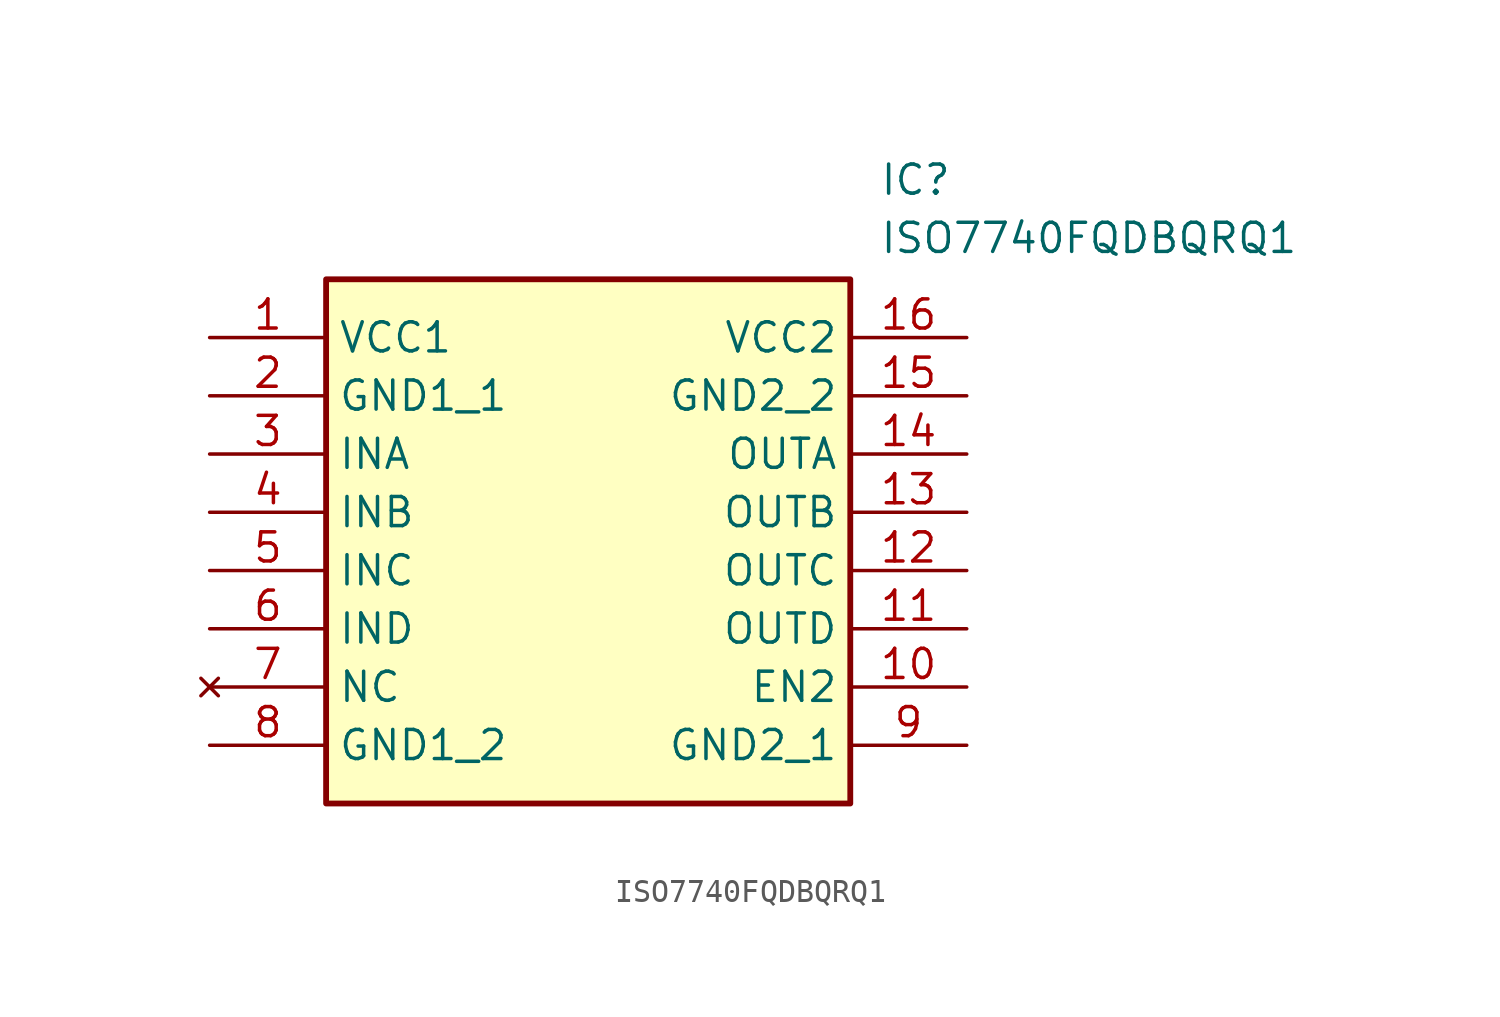
<source format=kicad_sym>
(kicad_symbol_lib
  (version 20211014)
  (generator SamacSys_ECAD_Model)
  (symbol "ISO7740FQDBQRQ1"
    (property "Reference" "IC"
      (at 29.21 7.62 0)
      (effects (font (size 1.27 1.27)) (justify left top)))
    (property "Value" "ISO7740FQDBQRQ1"
      (at 29.21 5.08 0)
      (effects (font (size 1.27 1.27)) (justify left top)))
    (rectangle
      (start 5.08 2.54)
      (end 27.94 -20.32)
      (stroke (width 0.254) (type default))
      (fill (type background)))
    (pin passive line
      (at 0 0 0)
      (length 5.08)
      (name "VCC1" (effects (font (size 1.27 1.27))))
      (number "1" (effects (font (size 1.27 1.27)))))
    (pin passive line
      (at 0 -2.54 0)
      (length 5.08)
      (name "GND1_1" (effects (font (size 1.27 1.27))))
      (number "2" (effects (font (size 1.27 1.27)))))
    (pin passive line
      (at 0 -5.08 0)
      (length 5.08)
      (name "INA" (effects (font (size 1.27 1.27))))
      (number "3" (effects (font (size 1.27 1.27)))))
    (pin passive line
      (at 0 -7.62 0)
      (length 5.08)
      (name "INB" (effects (font (size 1.27 1.27))))
      (number "4" (effects (font (size 1.27 1.27)))))
    (pin passive line
      (at 0 -10.16 0)
      (length 5.08)
      (name "INC" (effects (font (size 1.27 1.27))))
      (number "5" (effects (font (size 1.27 1.27)))))
    (pin passive line
      (at 0 -12.7 0)
      (length 5.08)
      (name "IND" (effects (font (size 1.27 1.27))))
      (number "6" (effects (font (size 1.27 1.27)))))
    (pin no_connect line
      (at 0 -15.24 0)
      (length 5.08)
      (name "NC" (effects (font (size 1.27 1.27))))
      (number "7" (effects (font (size 1.27 1.27)))))
    (pin passive line
      (at 0 -17.78 0)
      (length 5.08)
      (name "GND1_2" (effects (font (size 1.27 1.27))))
      (number "8" (effects (font (size 1.27 1.27)))))
    (pin passive line
      (at 33.02 0 180)
      (length 5.08)
      (name "VCC2" (effects (font (size 1.27 1.27))))
      (number "16" (effects (font (size 1.27 1.27)))))
    (pin passive line
      (at 33.02 -2.54 180)
      (length 5.08)
      (name "GND2_2" (effects (font (size 1.27 1.27))))
      (number "15" (effects (font (size 1.27 1.27)))))
    (pin passive line
      (at 33.02 -5.08 180)
      (length 5.08)
      (name "OUTA" (effects (font (size 1.27 1.27))))
      (number "14" (effects (font (size 1.27 1.27)))))
    (pin passive line
      (at 33.02 -7.62 180)
      (length 5.08)
      (name "OUTB" (effects (font (size 1.27 1.27))))
      (number "13" (effects (font (size 1.27 1.27)))))
    (pin passive line
      (at 33.02 -10.16 180)
      (length 5.08)
      (name "OUTC" (effects (font (size 1.27 1.27))))
      (number "12" (effects (font (size 1.27 1.27)))))
    (pin passive line
      (at 33.02 -12.7 180)
      (length 5.08)
      (name "OUTD" (effects (font (size 1.27 1.27))))
      (number "11" (effects (font (size 1.27 1.27)))))
    (pin passive line
      (at 33.02 -15.24 180)
      (length 5.08)
      (name "EN2" (effects (font (size 1.27 1.27))))
      (number "10" (effects (font (size 1.27 1.27)))))
    (pin passive line
      (at 33.02 -17.78 180)
      (length 5.08)
      (name "GND2_1" (effects (font (size 1.27 1.27))))
      (number "9" (effects (font (size 1.27 1.27)))))))
</source>
